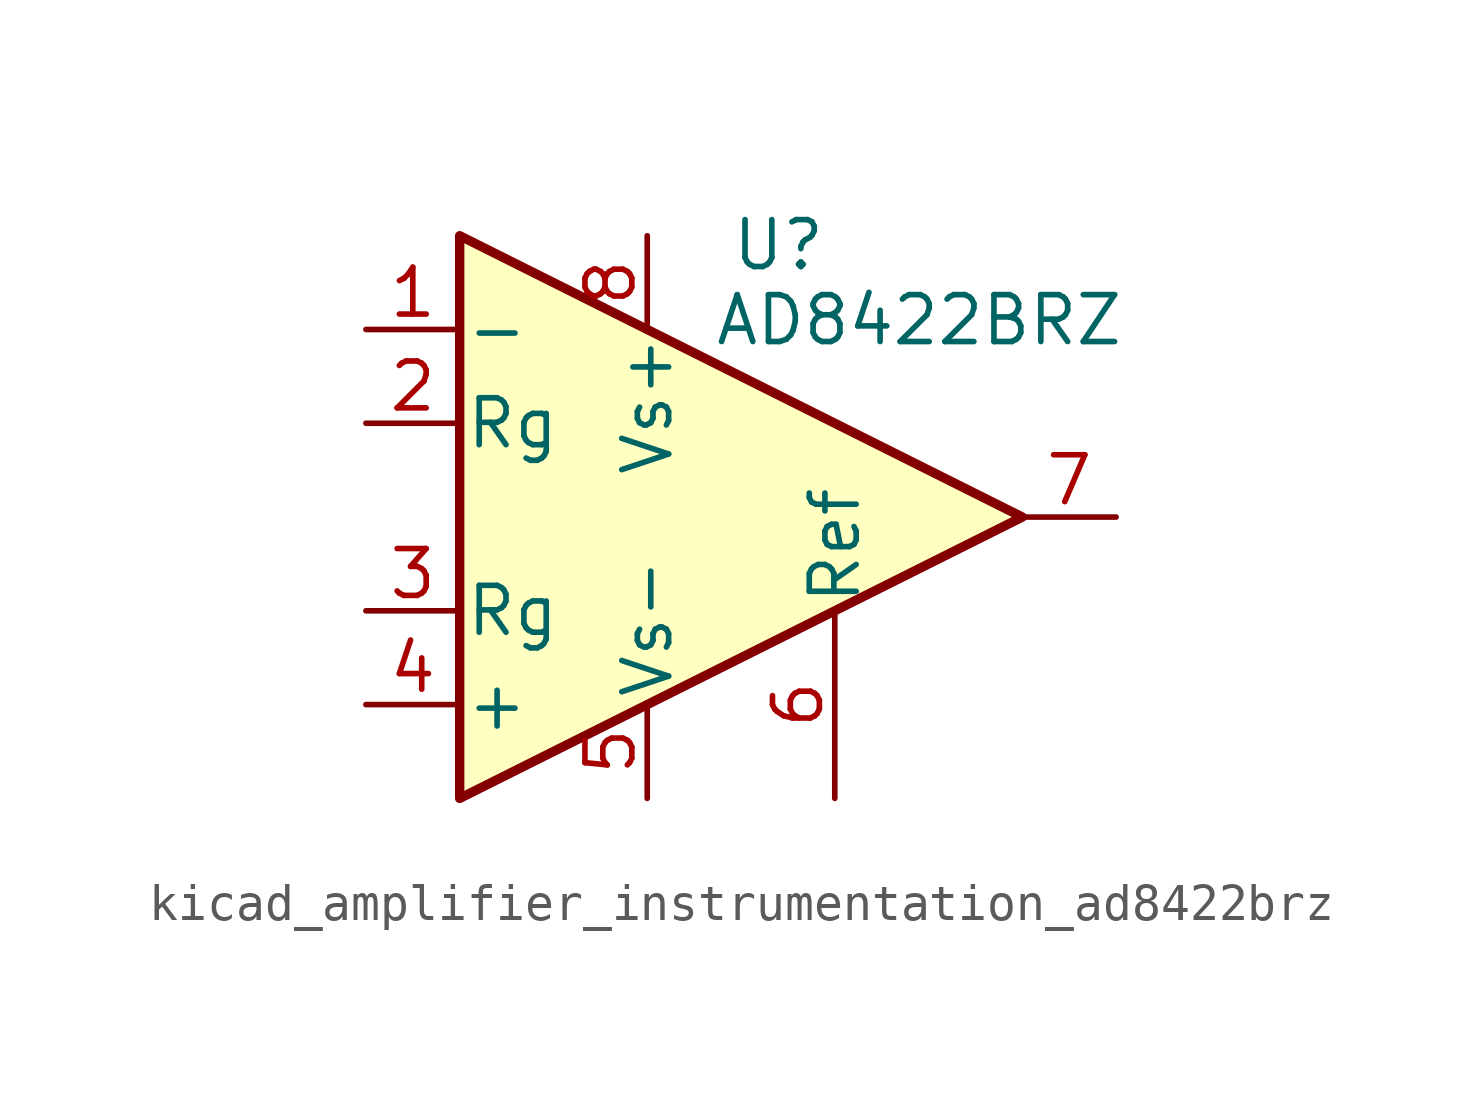
<source format=kicad_sym>
(kicad_symbol_lib
  (version 20220914)
  (generator kicad_symbol_editor)
  (symbol "kicad_amplifier_instrumentation_ad8422brz"
    (pin_names
      (offset 0.127))
    (property "Reference" "U"
      (at 3.556 7.366 0)
      (effects (font (size 1.27 1.27))))
    (property "Value" "AD8422BRZ"
      (at 7.366 5.334 0)
      (effects (font (size 1.27 1.27))))
    (symbol "kicad_amplifier_instrumentation_ad8422brz_0_1"
      (polyline (pts (xy -5.08 7.62) (xy -5.08 -7.62) (xy 10.16 0) (xy -5.08 7.62)) (stroke (width 0.254) (type default)) (fill (type background))))
    (symbol "kicad_amplifier_instrumentation_ad8422brz_1_1"
      (pin input line (at -7.62 5.08 0) (length 2.54) (name "-" (effects (font (size 1.27 1.27)))) (number "1" (effects (font (size 1.27 1.27)))))
      (pin passive line (at -7.62 2.54 0) (length 2.54) (name "Rg" (effects (font (size 1.27 1.27)))) (number "2" (effects (font (size 1.27 1.27)))))
      (pin passive line (at -7.62 -2.54 0) (length 2.54) (name "Rg" (effects (font (size 1.27 1.27)))) (number "3" (effects (font (size 1.27 1.27)))))
      (pin input line (at -7.62 -5.08 0) (length 2.54) (name "+" (effects (font (size 1.27 1.27)))) (number "4" (effects (font (size 1.27 1.27)))))
      (pin power_in line (at 0 -7.62 90) (length 2.54) (name "Vs-" (effects (font (size 1.27 1.27)))) (number "5" (effects (font (size 1.27 1.27)))))
      (pin passive line (at 5.08 -7.62 90) (length 5.08) (name "Ref" (effects (font (size 1.27 1.27)))) (number "6" (effects (font (size 1.27 1.27)))))
      (pin output line (at 12.7 0 180) (length 2.54) (name "~" (effects (font (size 1.27 1.27)))) (number "7" (effects (font (size 1.27 1.27)))))
      (pin power_in line (at 0 7.62 270) (length 2.54) (name "Vs+" (effects (font (size 1.27 1.27)))) (number "8" (effects (font (size 1.27 1.27))))))))
</source>
